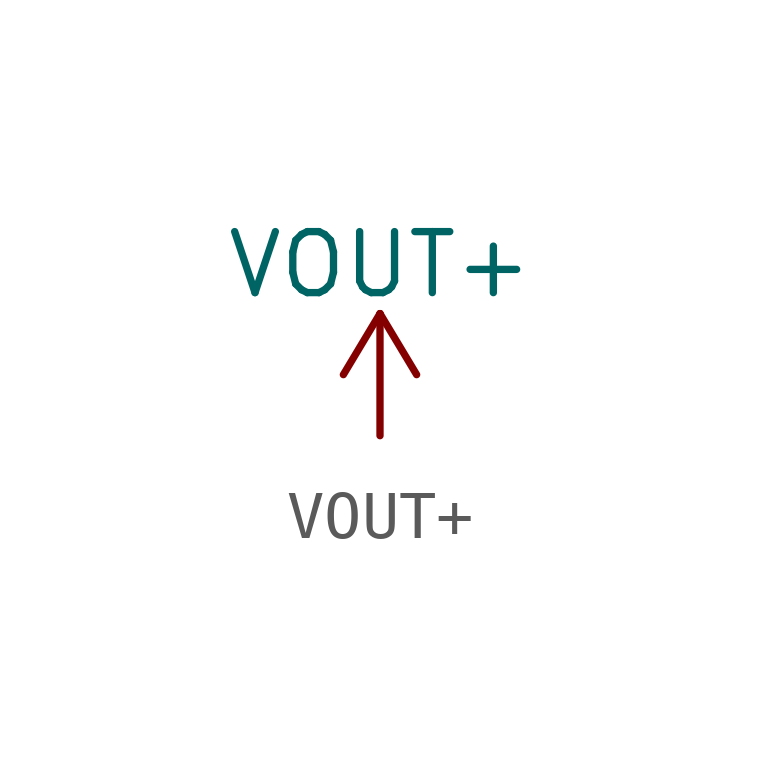
<source format=kicad_sym>
(kicad_symbol_lib
  (version 20211014)
  (generator kicad_symbol_editor)
  (symbol "VOUT+"
    (power)
    (pin_names
      (offset 0))
    (property "Reference" "#PWR"
      (at 0 -3.81 0)
      (effects (font (size 1.27 1.27)) hide))
    (property "Value" "VOUT+"
      (at 0 3.556 0)
      (effects (font (size 1.27 1.27))))
    (symbol "VOUT+_0_1"
      (polyline (pts (xy -0.762 1.27) (xy 0 2.54)) (stroke (width 0) (type default) (color 0 0 0 0)) (fill (type none)))
      (polyline (pts (xy 0 0) (xy 0 2.54)) (stroke (width 0) (type default) (color 0 0 0 0)) (fill (type none)))
      (polyline (pts (xy 0 2.54) (xy 0.762 1.27)) (stroke (width 0) (type default) (color 0 0 0 0)) (fill (type none))))
    (symbol "VOUT+_1_1"
      (pin power_in line (at 0 0 90) (length 0) hide (name "+1V0" (effects (font (size 1.27 1.27)))) (number "1" (effects (font (size 1.27 1.27))))))))
</source>
